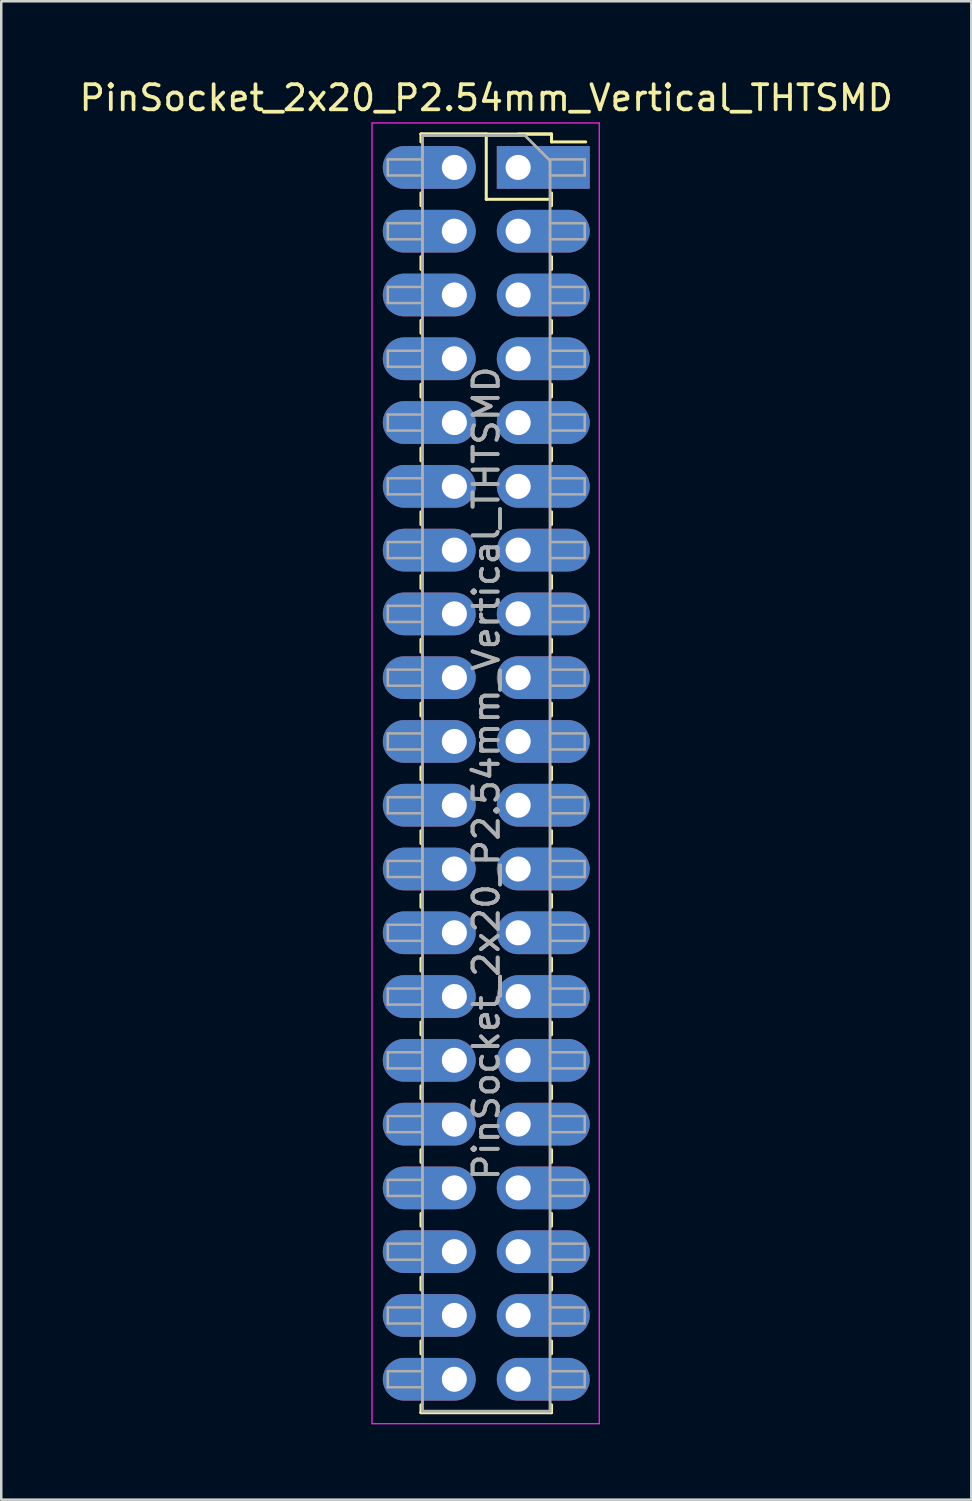
<source format=kicad_pcb>
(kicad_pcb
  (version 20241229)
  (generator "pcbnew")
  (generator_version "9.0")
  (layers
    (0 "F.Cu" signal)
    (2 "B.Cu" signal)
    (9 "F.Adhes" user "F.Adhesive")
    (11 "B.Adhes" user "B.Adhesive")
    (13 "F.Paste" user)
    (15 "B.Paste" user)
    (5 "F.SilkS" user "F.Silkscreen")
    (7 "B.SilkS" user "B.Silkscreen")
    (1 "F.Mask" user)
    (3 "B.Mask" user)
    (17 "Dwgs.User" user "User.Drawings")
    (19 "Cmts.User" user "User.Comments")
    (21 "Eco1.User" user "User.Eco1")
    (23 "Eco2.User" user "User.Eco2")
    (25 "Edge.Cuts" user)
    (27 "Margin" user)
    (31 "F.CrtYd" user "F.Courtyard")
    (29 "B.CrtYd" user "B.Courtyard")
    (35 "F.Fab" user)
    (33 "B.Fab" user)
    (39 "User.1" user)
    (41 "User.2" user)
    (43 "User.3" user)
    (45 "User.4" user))
  (footprint "PinSocket_2x20_P2.54mm_Vertical_THTSMD"
    (layer "F.Cu")
    (at 17.585 3.618)
    (property "Reference" "PinSocket_2x20_P2.54mm_Vertical_THTSMD" (at -1.27 -2.77 0) (layer "F.SilkS") (effects (font (size 1 1) (thickness 0.15))))
    (attr through_hole)
    (fp_line (start -3.87 -1.33) (end -3.87 -1.016) (stroke (width 0.12) (type solid)) (layer "F.SilkS"))
    (fp_line (start -3.87 -1.33) (end -1.27 -1.33) (stroke (width 0.12) (type solid)) (layer "F.SilkS"))
    (fp_line (start -3.87 -1.33) (end 1.33 -1.33) (stroke (width 0.12) (type solid)) (layer "F.SilkS"))
    (fp_line (start -3.87 1.016) (end -3.87 1.524) (stroke (width 0.12) (type solid)) (layer "F.SilkS"))
    (fp_line (start -3.87 3.556) (end -3.87 4.064) (stroke (width 0.12) (type solid)) (layer "F.SilkS"))
    (fp_line (start -3.87 6.096) (end -3.87 6.604) (stroke (width 0.12) (type solid)) (layer "F.SilkS"))
    (fp_line (start -3.87 8.636) (end -3.87 9.144) (stroke (width 0.12) (type solid)) (layer "F.SilkS"))
    (fp_line (start -3.87 11.176) (end -3.87 11.684) (stroke (width 0.12) (type solid)) (layer "F.SilkS"))
    (fp_line (start -3.87 13.716) (end -3.87 14.224) (stroke (width 0.12) (type solid)) (layer "F.SilkS"))
    (fp_line (start -3.87 16.256) (end -3.87 16.764) (stroke (width 0.12) (type solid)) (layer "F.SilkS"))
    (fp_line (start -3.87 18.796) (end -3.87 19.304) (stroke (width 0.12) (type solid)) (layer "F.SilkS"))
    (fp_line (start -3.87 21.336) (end -3.87 21.844) (stroke (width 0.12) (type solid)) (layer "F.SilkS"))
    (fp_line (start -3.87 23.876) (end -3.87 24.384) (stroke (width 0.12) (type solid)) (layer "F.SilkS"))
    (fp_line (start -3.87 26.416) (end -3.87 26.924) (stroke (width 0.12) (type solid)) (layer "F.SilkS"))
    (fp_line (start -3.87 28.956) (end -3.87 29.464) (stroke (width 0.12) (type solid)) (layer "F.SilkS"))
    (fp_line (start -3.87 31.496) (end -3.87 32.004) (stroke (width 0.12) (type solid)) (layer "F.SilkS"))
    (fp_line (start -3.87 34.036) (end -3.87 34.544) (stroke (width 0.12) (type solid)) (layer "F.SilkS"))
    (fp_line (start -3.87 36.576) (end -3.87 37.084) (stroke (width 0.12) (type solid)) (layer "F.SilkS"))
    (fp_line (start -3.87 39.116) (end -3.87 39.624) (stroke (width 0.12) (type solid)) (layer "F.SilkS"))
    (fp_line (start -3.87 41.656) (end -3.87 42.164) (stroke (width 0.12) (type solid)) (layer "F.SilkS"))
    (fp_line (start -3.87 44.196) (end -3.87 44.704) (stroke (width 0.12) (type solid)) (layer "F.SilkS"))
    (fp_line (start -3.87 46.736) (end -3.87 47.244) (stroke (width 0.12) (type solid)) (layer "F.SilkS"))
    (fp_line (start -3.87 49.276) (end -3.87 49.59) (stroke (width 0.12) (type solid)) (layer "F.SilkS"))
    (fp_line (start -3.87 49.59) (end 1.33 49.59) (stroke (width 0.12) (type solid)) (layer "F.SilkS"))
    (fp_line (start -3.87 49.59) (end 1.33 49.59) (stroke (width 0.12) (type solid)) (layer "F.SilkS"))
    (fp_line (start -1.27 -1.33) (end -1.27 1.27) (stroke (width 0.12) (type solid)) (layer "F.SilkS"))
    (fp_line (start -1.27 1.27) (end 1.33 1.27) (stroke (width 0.12) (type solid)) (layer "F.SilkS"))
    (fp_line (start 0 -1.33) (end 1.33 -1.33) (stroke (width 0.12) (type solid)) (layer "F.SilkS"))
    (fp_line (start 1.33 -1.33) (end 1.33 -1.016) (stroke (width 0.12) (type solid)) (layer "F.SilkS"))
    (fp_line (start 1.33 -1.016) (end 2.69 -1.016) (stroke (width 0.12) (type solid)) (layer "F.SilkS"))
    (fp_line (start 1.33 1.016) (end 1.33 1.524) (stroke (width 0.12) (type solid)) (layer "F.SilkS"))
    (fp_line (start 1.33 3.556) (end 1.33 4.064) (stroke (width 0.12) (type solid)) (layer "F.SilkS"))
    (fp_line (start 1.33 6.096) (end 1.33 6.604) (stroke (width 0.12) (type solid)) (layer "F.SilkS"))
    (fp_line (start 1.33 8.636) (end 1.33 9.144) (stroke (width 0.12) (type solid)) (layer "F.SilkS"))
    (fp_line (start 1.33 11.176) (end 1.33 11.684) (stroke (width 0.12) (type solid)) (layer "F.SilkS"))
    (fp_line (start 1.33 13.716) (end 1.33 14.224) (stroke (width 0.12) (type solid)) (layer "F.SilkS"))
    (fp_line (start 1.33 16.256) (end 1.33 16.764) (stroke (width 0.12) (type solid)) (layer "F.SilkS"))
    (fp_line (start 1.33 18.796) (end 1.33 19.304) (stroke (width 0.12) (type solid)) (layer "F.SilkS"))
    (fp_line (start 1.33 21.336) (end 1.33 21.844) (stroke (width 0.12) (type solid)) (layer "F.SilkS"))
    (fp_line (start 1.33 23.876) (end 1.33 24.384) (stroke (width 0.12) (type solid)) (layer "F.SilkS"))
    (fp_line (start 1.33 26.416) (end 1.33 26.924) (stroke (width 0.12) (type solid)) (layer "F.SilkS"))
    (fp_line (start 1.33 28.956) (end 1.33 29.464) (stroke (width 0.12) (type solid)) (layer "F.SilkS"))
    (fp_line (start 1.33 31.496) (end 1.33 32.004) (stroke (width 0.12) (type solid)) (layer "F.SilkS"))
    (fp_line (start 1.33 34.036) (end 1.33 34.544) (stroke (width 0.12) (type solid)) (layer "F.SilkS"))
    (fp_line (start 1.33 36.576) (end 1.33 37.084) (stroke (width 0.12) (type solid)) (layer "F.SilkS"))
    (fp_line (start 1.33 39.116) (end 1.33 39.624) (stroke (width 0.12) (type solid)) (layer "F.SilkS"))
    (fp_line (start 1.33 41.656) (end 1.33 42.164) (stroke (width 0.12) (type solid)) (layer "F.SilkS"))
    (fp_line (start 1.33 44.196) (end 1.33 44.704) (stroke (width 0.12) (type solid)) (layer "F.SilkS"))
    (fp_line (start 1.33 46.736) (end 1.33 47.244) (stroke (width 0.12) (type solid)) (layer "F.SilkS"))
    (fp_line (start 1.33 49.276) (end 1.33 49.59) (stroke (width 0.12) (type solid)) (layer "F.SilkS"))
    (fp_line (start -5.82 -1.77) (end 3.23 -1.77) (stroke (width 0.05) (type solid)) (layer "F.CrtYd"))
    (fp_line (start -5.82 50.03) (end -5.82 -1.77) (stroke (width 0.05) (type solid)) (layer "F.CrtYd"))
    (fp_line (start 3.23 -1.77) (end 3.23 50.03) (stroke (width 0.05) (type solid)) (layer "F.CrtYd"))
    (fp_line (start 3.23 50.03) (end -5.82 50.03) (stroke (width 0.05) (type solid)) (layer "F.CrtYd"))
    (fp_line (start -5.19 -0.32) (end -3.81 -0.32) (stroke (width 0.1) (type solid)) (layer "F.Fab"))
    (fp_line (start -5.19 0.32) (end -5.19 -0.32) (stroke (width 0.1) (type solid)) (layer "F.Fab"))
    (fp_line (start -5.19 2.22) (end -3.81 2.22) (stroke (width 0.1) (type solid)) (layer "F.Fab"))
    (fp_line (start -5.19 2.86) (end -5.19 2.22) (stroke (width 0.1) (type solid)) (layer "F.Fab"))
    (fp_line (start -5.19 4.76) (end -3.81 4.76) (stroke (width 0.1) (type solid)) (layer "F.Fab"))
    (fp_line (start -5.19 5.4) (end -5.19 4.76) (stroke (width 0.1) (type solid)) (layer "F.Fab"))
    (fp_line (start -5.19 7.3) (end -3.81 7.3) (stroke (width 0.1) (type solid)) (layer "F.Fab"))
    (fp_line (start -5.19 7.94) (end -5.19 7.3) (stroke (width 0.1) (type solid)) (layer "F.Fab"))
    (fp_line (start -5.19 9.84) (end -3.81 9.84) (stroke (width 0.1) (type solid)) (layer "F.Fab"))
    (fp_line (start -5.19 10.48) (end -5.19 9.84) (stroke (width 0.1) (type solid)) (layer "F.Fab"))
    (fp_line (start -5.19 12.38) (end -3.81 12.38) (stroke (width 0.1) (type solid)) (layer "F.Fab"))
    (fp_line (start -5.19 13.02) (end -5.19 12.38) (stroke (width 0.1) (type solid)) (layer "F.Fab"))
    (fp_line (start -5.19 14.92) (end -3.81 14.92) (stroke (width 0.1) (type solid)) (layer "F.Fab"))
    (fp_line (start -5.19 15.56) (end -5.19 14.92) (stroke (width 0.1) (type solid)) (layer "F.Fab"))
    (fp_line (start -5.19 17.46) (end -3.81 17.46) (stroke (width 0.1) (type solid)) (layer "F.Fab"))
    (fp_line (start -5.19 18.1) (end -5.19 17.46) (stroke (width 0.1) (type solid)) (layer "F.Fab"))
    (fp_line (start -5.19 20) (end -3.81 20) (stroke (width 0.1) (type solid)) (layer "F.Fab"))
    (fp_line (start -5.19 20.64) (end -5.19 20) (stroke (width 0.1) (type solid)) (layer "F.Fab"))
    (fp_line (start -5.19 22.54) (end -3.81 22.54) (stroke (width 0.1) (type solid)) (layer "F.Fab"))
    (fp_line (start -5.19 23.18) (end -5.19 22.54) (stroke (width 0.1) (type solid)) (layer "F.Fab"))
    (fp_line (start -5.19 25.08) (end -3.81 25.08) (stroke (width 0.1) (type solid)) (layer "F.Fab"))
    (fp_line (start -5.19 25.72) (end -5.19 25.08) (stroke (width 0.1) (type solid)) (layer "F.Fab"))
    (fp_line (start -5.19 27.62) (end -3.81 27.62) (stroke (width 0.1) (type solid)) (layer "F.Fab"))
    (fp_line (start -5.19 28.26) (end -5.19 27.62) (stroke (width 0.1) (type solid)) (layer "F.Fab"))
    (fp_line (start -5.19 30.16) (end -3.81 30.16) (stroke (width 0.1) (type solid)) (layer "F.Fab"))
    (fp_line (start -5.19 30.8) (end -5.19 30.16) (stroke (width 0.1) (type solid)) (layer "F.Fab"))
    (fp_line (start -5.19 32.7) (end -3.81 32.7) (stroke (width 0.1) (type solid)) (layer "F.Fab"))
    (fp_line (start -5.19 33.34) (end -5.19 32.7) (stroke (width 0.1) (type solid)) (layer "F.Fab"))
    (fp_line (start -5.19 35.24) (end -3.81 35.24) (stroke (width 0.1) (type solid)) (layer "F.Fab"))
    (fp_line (start -5.19 35.88) (end -5.19 35.24) (stroke (width 0.1) (type solid)) (layer "F.Fab"))
    (fp_line (start -5.19 37.78) (end -3.81 37.78) (stroke (width 0.1) (type solid)) (layer "F.Fab"))
    (fp_line (start -5.19 38.42) (end -5.19 37.78) (stroke (width 0.1) (type solid)) (layer "F.Fab"))
    (fp_line (start -5.19 40.32) (end -3.81 40.32) (stroke (width 0.1) (type solid)) (layer "F.Fab"))
    (fp_line (start -5.19 40.96) (end -5.19 40.32) (stroke (width 0.1) (type solid)) (layer "F.Fab"))
    (fp_line (start -5.19 42.86) (end -3.81 42.86) (stroke (width 0.1) (type solid)) (layer "F.Fab"))
    (fp_line (start -5.19 43.5) (end -5.19 42.86) (stroke (width 0.1) (type solid)) (layer "F.Fab"))
    (fp_line (start -5.19 45.4) (end -3.81 45.4) (stroke (width 0.1) (type solid)) (layer "F.Fab"))
    (fp_line (start -5.19 46.04) (end -5.19 45.4) (stroke (width 0.1) (type solid)) (layer "F.Fab"))
    (fp_line (start -5.19 47.94) (end -3.81 47.94) (stroke (width 0.1) (type solid)) (layer "F.Fab"))
    (fp_line (start -5.19 48.58) (end -5.19 47.94) (stroke (width 0.1) (type solid)) (layer "F.Fab"))
    (fp_line (start -3.81 -1.27) (end 0.27 -1.27) (stroke (width 0.1) (type solid)) (layer "F.Fab"))
    (fp_line (start -3.81 -1.27) (end 0.27 -1.27) (stroke (width 0.1) (type solid)) (layer "F.Fab"))
    (fp_line (start -3.81 0.32) (end -5.19 0.32) (stroke (width 0.1) (type solid)) (layer "F.Fab"))
    (fp_line (start -3.81 2.86) (end -5.19 2.86) (stroke (width 0.1) (type solid)) (layer "F.Fab"))
    (fp_line (start -3.81 5.4) (end -5.19 5.4) (stroke (width 0.1) (type solid)) (layer "F.Fab"))
    (fp_line (start -3.81 7.94) (end -5.19 7.94) (stroke (width 0.1) (type solid)) (layer "F.Fab"))
    (fp_line (start -3.81 10.48) (end -5.19 10.48) (stroke (width 0.1) (type solid)) (layer "F.Fab"))
    (fp_line (start -3.81 13.02) (end -5.19 13.02) (stroke (width 0.1) (type solid)) (layer "F.Fab"))
    (fp_line (start -3.81 15.56) (end -5.19 15.56) (stroke (width 0.1) (type solid)) (layer "F.Fab"))
    (fp_line (start -3.81 18.1) (end -5.19 18.1) (stroke (width 0.1) (type solid)) (layer "F.Fab"))
    (fp_line (start -3.81 20.64) (end -5.19 20.64) (stroke (width 0.1) (type solid)) (layer "F.Fab"))
    (fp_line (start -3.81 23.18) (end -5.19 23.18) (stroke (width 0.1) (type solid)) (layer "F.Fab"))
    (fp_line (start -3.81 25.72) (end -5.19 25.72) (stroke (width 0.1) (type solid)) (layer "F.Fab"))
    (fp_line (start -3.81 28.26) (end -5.19 28.26) (stroke (width 0.1) (type solid)) (layer "F.Fab"))
    (fp_line (start -3.81 30.8) (end -5.19 30.8) (stroke (width 0.1) (type solid)) (layer "F.Fab"))
    (fp_line (start -3.81 33.34) (end -5.19 33.34) (stroke (width 0.1) (type solid)) (layer "F.Fab"))
    (fp_line (start -3.81 35.88) (end -5.19 35.88) (stroke (width 0.1) (type solid)) (layer "F.Fab"))
    (fp_line (start -3.81 38.42) (end -5.19 38.42) (stroke (width 0.1) (type solid)) (layer "F.Fab"))
    (fp_line (start -3.81 40.96) (end -5.19 40.96) (stroke (width 0.1) (type solid)) (layer "F.Fab"))
    (fp_line (start -3.81 43.5) (end -5.19 43.5) (stroke (width 0.1) (type solid)) (layer "F.Fab"))
    (fp_line (start -3.81 46.04) (end -5.19 46.04) (stroke (width 0.1) (type solid)) (layer "F.Fab"))
    (fp_line (start -3.81 48.58) (end -5.19 48.58) (stroke (width 0.1) (type solid)) (layer "F.Fab"))
    (fp_line (start -3.81 49.53) (end -3.81 -1.27) (stroke (width 0.1) (type solid)) (layer "F.Fab"))
    (fp_line (start -3.81 49.53) (end -3.81 -1.27) (stroke (width 0.1) (type solid)) (layer "F.Fab"))
    (fp_line (start 0.27 -1.27) (end 1.27 -0.27) (stroke (width 0.1) (type solid)) (layer "F.Fab"))
    (fp_line (start 0.27 -1.27) (end 1.27 -0.27) (stroke (width 0.1) (type solid)) (layer "F.Fab"))
    (fp_line (start 1.27 -0.32) (end 2.65 -0.32) (stroke (width 0.1) (type solid)) (layer "F.Fab"))
    (fp_line (start 1.27 -0.27) (end 1.27 49.53) (stroke (width 0.1) (type solid)) (layer "F.Fab"))
    (fp_line (start 1.27 -0.27) (end 1.27 49.53) (stroke (width 0.1) (type solid)) (layer "F.Fab"))
    (fp_line (start 1.27 2.22) (end 2.65 2.22) (stroke (width 0.1) (type solid)) (layer "F.Fab"))
    (fp_line (start 1.27 4.76) (end 2.65 4.76) (stroke (width 0.1) (type solid)) (layer "F.Fab"))
    (fp_line (start 1.27 7.3) (end 2.65 7.3) (stroke (width 0.1) (type solid)) (layer "F.Fab"))
    (fp_line (start 1.27 9.84) (end 2.65 9.84) (stroke (width 0.1) (type solid)) (layer "F.Fab"))
    (fp_line (start 1.27 12.38) (end 2.65 12.38) (stroke (width 0.1) (type solid)) (layer "F.Fab"))
    (fp_line (start 1.27 14.92) (end 2.65 14.92) (stroke (width 0.1) (type solid)) (layer "F.Fab"))
    (fp_line (start 1.27 17.46) (end 2.65 17.46) (stroke (width 0.1) (type solid)) (layer "F.Fab"))
    (fp_line (start 1.27 20) (end 2.65 20) (stroke (width 0.1) (type solid)) (layer "F.Fab"))
    (fp_line (start 1.27 22.54) (end 2.65 22.54) (stroke (width 0.1) (type solid)) (layer "F.Fab"))
    (fp_line (start 1.27 25.08) (end 2.65 25.08) (stroke (width 0.1) (type solid)) (layer "F.Fab"))
    (fp_line (start 1.27 27.62) (end 2.65 27.62) (stroke (width 0.1) (type solid)) (layer "F.Fab"))
    (fp_line (start 1.27 30.16) (end 2.65 30.16) (stroke (width 0.1) (type solid)) (layer "F.Fab"))
    (fp_line (start 1.27 32.7) (end 2.65 32.7) (stroke (width 0.1) (type solid)) (layer "F.Fab"))
    (fp_line (start 1.27 35.24) (end 2.65 35.24) (stroke (width 0.1) (type solid)) (layer "F.Fab"))
    (fp_line (start 1.27 37.78) (end 2.65 37.78) (stroke (width 0.1) (type solid)) (layer "F.Fab"))
    (fp_line (start 1.27 40.32) (end 2.65 40.32) (stroke (width 0.1) (type solid)) (layer "F.Fab"))
    (fp_line (start 1.27 42.86) (end 2.65 42.86) (stroke (width 0.1) (type solid)) (layer "F.Fab"))
    (fp_line (start 1.27 45.4) (end 2.65 45.4) (stroke (width 0.1) (type solid)) (layer "F.Fab"))
    (fp_line (start 1.27 47.94) (end 2.65 47.94) (stroke (width 0.1) (type solid)) (layer "F.Fab"))
    (fp_line (start 1.27 49.53) (end -3.81 49.53) (stroke (width 0.1) (type solid)) (layer "F.Fab"))
    (fp_line (start 1.27 49.53) (end -3.81 49.53) (stroke (width 0.1) (type solid)) (layer "F.Fab"))
    (fp_line (start 2.65 -0.32) (end 2.65 0.32) (stroke (width 0.1) (type solid)) (layer "F.Fab"))
    (fp_line (start 2.65 0.32) (end 1.27 0.32) (stroke (width 0.1) (type solid)) (layer "F.Fab"))
    (fp_line (start 2.65 2.22) (end 2.65 2.86) (stroke (width 0.1) (type solid)) (layer "F.Fab"))
    (fp_line (start 2.65 2.86) (end 1.27 2.86) (stroke (width 0.1) (type solid)) (layer "F.Fab"))
    (fp_line (start 2.65 4.76) (end 2.65 5.4) (stroke (width 0.1) (type solid)) (layer "F.Fab"))
    (fp_line (start 2.65 5.4) (end 1.27 5.4) (stroke (width 0.1) (type solid)) (layer "F.Fab"))
    (fp_line (start 2.65 7.3) (end 2.65 7.94) (stroke (width 0.1) (type solid)) (layer "F.Fab"))
    (fp_line (start 2.65 7.94) (end 1.27 7.94) (stroke (width 0.1) (type solid)) (layer "F.Fab"))
    (fp_line (start 2.65 9.84) (end 2.65 10.48) (stroke (width 0.1) (type solid)) (layer "F.Fab"))
    (fp_line (start 2.65 10.48) (end 1.27 10.48) (stroke (width 0.1) (type solid)) (layer "F.Fab"))
    (fp_line (start 2.65 12.38) (end 2.65 13.02) (stroke (width 0.1) (type solid)) (layer "F.Fab"))
    (fp_line (start 2.65 13.02) (end 1.27 13.02) (stroke (width 0.1) (type solid)) (layer "F.Fab"))
    (fp_line (start 2.65 14.92) (end 2.65 15.56) (stroke (width 0.1) (type solid)) (layer "F.Fab"))
    (fp_line (start 2.65 15.56) (end 1.27 15.56) (stroke (width 0.1) (type solid)) (layer "F.Fab"))
    (fp_line (start 2.65 17.46) (end 2.65 18.1) (stroke (width 0.1) (type solid)) (layer "F.Fab"))
    (fp_line (start 2.65 18.1) (end 1.27 18.1) (stroke (width 0.1) (type solid)) (layer "F.Fab"))
    (fp_line (start 2.65 20) (end 2.65 20.64) (stroke (width 0.1) (type solid)) (layer "F.Fab"))
    (fp_line (start 2.65 20.64) (end 1.27 20.64) (stroke (width 0.1) (type solid)) (layer "F.Fab"))
    (fp_line (start 2.65 22.54) (end 2.65 23.18) (stroke (width 0.1) (type solid)) (layer "F.Fab"))
    (fp_line (start 2.65 23.18) (end 1.27 23.18) (stroke (width 0.1) (type solid)) (layer "F.Fab"))
    (fp_line (start 2.65 25.08) (end 2.65 25.72) (stroke (width 0.1) (type solid)) (layer "F.Fab"))
    (fp_line (start 2.65 25.72) (end 1.27 25.72) (stroke (width 0.1) (type solid)) (layer "F.Fab"))
    (fp_line (start 2.65 27.62) (end 2.65 28.26) (stroke (width 0.1) (type solid)) (layer "F.Fab"))
    (fp_line (start 2.65 28.26) (end 1.27 28.26) (stroke (width 0.1) (type solid)) (layer "F.Fab"))
    (fp_line (start 2.65 30.16) (end 2.65 30.8) (stroke (width 0.1) (type solid)) (layer "F.Fab"))
    (fp_line (start 2.65 30.8) (end 1.27 30.8) (stroke (width 0.1) (type solid)) (layer "F.Fab"))
    (fp_line (start 2.65 32.7) (end 2.65 33.34) (stroke (width 0.1) (type solid)) (layer "F.Fab"))
    (fp_line (start 2.65 33.34) (end 1.27 33.34) (stroke (width 0.1) (type solid)) (layer "F.Fab"))
    (fp_line (start 2.65 35.24) (end 2.65 35.88) (stroke (width 0.1) (type solid)) (layer "F.Fab"))
    (fp_line (start 2.65 35.88) (end 1.27 35.88) (stroke (width 0.1) (type solid)) (layer "F.Fab"))
    (fp_line (start 2.65 37.78) (end 2.65 38.42) (stroke (width 0.1) (type solid)) (layer "F.Fab"))
    (fp_line (start 2.65 38.42) (end 1.27 38.42) (stroke (width 0.1) (type solid)) (layer "F.Fab"))
    (fp_line (start 2.65 40.32) (end 2.65 40.96) (stroke (width 0.1) (type solid)) (layer "F.Fab"))
    (fp_line (start 2.65 40.96) (end 1.27 40.96) (stroke (width 0.1) (type solid)) (layer "F.Fab"))
    (fp_line (start 2.65 42.86) (end 2.65 43.5) (stroke (width 0.1) (type solid)) (layer "F.Fab"))
    (fp_line (start 2.65 43.5) (end 1.27 43.5) (stroke (width 0.1) (type solid)) (layer "F.Fab"))
    (fp_line (start 2.65 45.4) (end 2.65 46.04) (stroke (width 0.1) (type solid)) (layer "F.Fab"))
    (fp_line (start 2.65 46.04) (end 1.27 46.04) (stroke (width 0.1) (type solid)) (layer "F.Fab"))
    (fp_line (start 2.65 47.94) (end 2.65 48.58) (stroke (width 0.1) (type solid)) (layer "F.Fab"))
    (fp_line (start 2.65 48.58) (end 1.27 48.58) (stroke (width 0.1) (type solid)) (layer "F.Fab"))
    (fp_text user "${REFERENCE}" (at -1.27 24.13 90) (layer "F.Fab") (effects (font (size 1 1) (thickness 0.15))))
    (fp_text user "${REFERENCE}" (at -1.27 24.13 90) (layer "F.Fab") (effects (font (size 1 1) (thickness 0.15))))
    (pad "1" thru_hole rect (at 0 0) (size 3.7 1.7) (drill 1 (offset 1 0)) (layers "*.Cu" "*.Mask"))
    (pad "2" thru_hole oval (at -2.54 0) (size 3.7 1.7) (drill 1 (offset -1 0)) (layers "*.Cu" "*.Mask"))
    (pad "3" thru_hole oval (at 0 2.54) (size 3.7 1.7) (drill 1 (offset 1 0)) (layers "*.Cu" "*.Mask"))
    (pad "4" thru_hole oval (at -2.54 2.54) (size 3.7 1.7) (drill 1 (offset -1 0)) (layers "*.Cu" "*.Mask"))
    (pad "5" thru_hole oval (at 0 5.08) (size 3.7 1.7) (drill 1 (offset 1 0)) (layers "*.Cu" "*.Mask"))
    (pad "6" thru_hole oval (at -2.54 5.08) (size 3.7 1.7) (drill 1 (offset -1 0)) (layers "*.Cu" "*.Mask"))
    (pad "7" thru_hole oval (at 0 7.62) (size 3.7 1.7) (drill 1 (offset 1 0)) (layers "*.Cu" "*.Mask"))
    (pad "8" thru_hole oval (at -2.54 7.62) (size 3.7 1.7) (drill 1 (offset -1 0)) (layers "*.Cu" "*.Mask"))
    (pad "9" thru_hole oval (at 0 10.16) (size 3.7 1.7) (drill 1 (offset 1 0)) (layers "*.Cu" "*.Mask"))
    (pad "10" thru_hole oval (at -2.54 10.16) (size 3.7 1.7) (drill 1 (offset -1 0)) (layers "*.Cu" "*.Mask"))
    (pad "11" thru_hole oval (at 0 12.7) (size 3.7 1.7) (drill 1 (offset 1 0)) (layers "*.Cu" "*.Mask"))
    (pad "12" thru_hole oval (at -2.54 12.7) (size 3.7 1.7) (drill 1 (offset -1 0)) (layers "*.Cu" "*.Mask"))
    (pad "13" thru_hole oval (at 0 15.24) (size 3.7 1.7) (drill 1 (offset 1 0)) (layers "*.Cu" "*.Mask"))
    (pad "14" thru_hole oval (at -2.54 15.24) (size 3.7 1.7) (drill 1 (offset -1 0)) (layers "*.Cu" "*.Mask"))
    (pad "15" thru_hole oval (at 0 17.78) (size 3.7 1.7) (drill 1 (offset 1 0)) (layers "*.Cu" "*.Mask"))
    (pad "16" thru_hole oval (at -2.54 17.78) (size 3.7 1.7) (drill 1 (offset -1 0)) (layers "*.Cu" "*.Mask"))
    (pad "17" thru_hole oval (at 0 20.32) (size 3.7 1.7) (drill 1 (offset 1 0)) (layers "*.Cu" "*.Mask"))
    (pad "18" thru_hole oval (at -2.54 20.32) (size 3.7 1.7) (drill 1 (offset -1 0)) (layers "*.Cu" "*.Mask"))
    (pad "19" thru_hole oval (at 0 22.86) (size 3.7 1.7) (drill 1 (offset 1 0)) (layers "*.Cu" "*.Mask"))
    (pad "20" thru_hole oval (at -2.54 22.86) (size 3.7 1.7) (drill 1 (offset -1 0)) (layers "*.Cu" "*.Mask"))
    (pad "21" thru_hole oval (at 0 25.4) (size 3.7 1.7) (drill 1 (offset 1 0)) (layers "*.Cu" "*.Mask"))
    (pad "22" thru_hole oval (at -2.54 25.4) (size 3.7 1.7) (drill 1 (offset -1 0)) (layers "*.Cu" "*.Mask"))
    (pad "23" thru_hole oval (at 0 27.94) (size 3.7 1.7) (drill 1 (offset 1 0)) (layers "*.Cu" "*.Mask"))
    (pad "24" thru_hole oval (at -2.54 27.94) (size 3.7 1.7) (drill 1 (offset -1 0)) (layers "*.Cu" "*.Mask"))
    (pad "25" thru_hole oval (at 0 30.48) (size 3.7 1.7) (drill 1 (offset 1 0)) (layers "*.Cu" "*.Mask"))
    (pad "26" thru_hole oval (at -2.54 30.48) (size 3.7 1.7) (drill 1 (offset -1 0)) (layers "*.Cu" "*.Mask"))
    (pad "27" thru_hole oval (at 0 33.02) (size 3.7 1.7) (drill 1 (offset 1 0)) (layers "*.Cu" "*.Mask"))
    (pad "28" thru_hole oval (at -2.54 33.02) (size 3.7 1.7) (drill 1 (offset -1 0)) (layers "*.Cu" "*.Mask"))
    (pad "29" thru_hole oval (at 0 35.56) (size 3.7 1.7) (drill 1 (offset 1 0)) (layers "*.Cu" "*.Mask"))
    (pad "30" thru_hole oval (at -2.54 35.56) (size 3.7 1.7) (drill 1 (offset -1 0)) (layers "*.Cu" "*.Mask"))
    (pad "31" thru_hole oval (at 0 38.1) (size 3.7 1.7) (drill 1 (offset 1 0)) (layers "*.Cu" "*.Mask"))
    (pad "32" thru_hole oval (at -2.54 38.1) (size 3.7 1.7) (drill 1 (offset -1 0)) (layers "*.Cu" "*.Mask"))
    (pad "33" thru_hole oval (at 0 40.64) (size 3.7 1.7) (drill 1 (offset 1 0)) (layers "*.Cu" "*.Mask"))
    (pad "34" thru_hole oval (at -2.54 40.64) (size 3.7 1.7) (drill 1 (offset -1 0)) (layers "*.Cu" "*.Mask"))
    (pad "35" thru_hole oval (at 0 43.18) (size 3.7 1.7) (drill 1 (offset 1 0)) (layers "*.Cu" "*.Mask"))
    (pad "36" thru_hole oval (at -2.54 43.18) (size 3.7 1.7) (drill 1 (offset -1 0)) (layers "*.Cu" "*.Mask"))
    (pad "37" thru_hole oval (at 0 45.72) (size 3.7 1.7) (drill 1 (offset 1 0)) (layers "*.Cu" "*.Mask"))
    (pad "38" thru_hole oval (at -2.54 45.72) (size 3.7 1.7) (drill 1 (offset -1 0)) (layers "*.Cu" "*.Mask"))
    (pad "39" thru_hole oval (at 0 48.26) (size 3.7 1.7) (drill 1 (offset 1 0)) (layers "*.Cu" "*.Mask"))
    (pad "40" thru_hole oval (at -2.54 48.26) (size 3.7 1.7) (drill 1 (offset -1 0)) (layers "*.Cu" "*.Mask")))
  (gr_rect
    (start -3 -3)
    (end 35.631 56.673)
    (stroke (width 0.1) (type default))
    (fill no)
    (layer "Edge.Cuts")))
</source>
